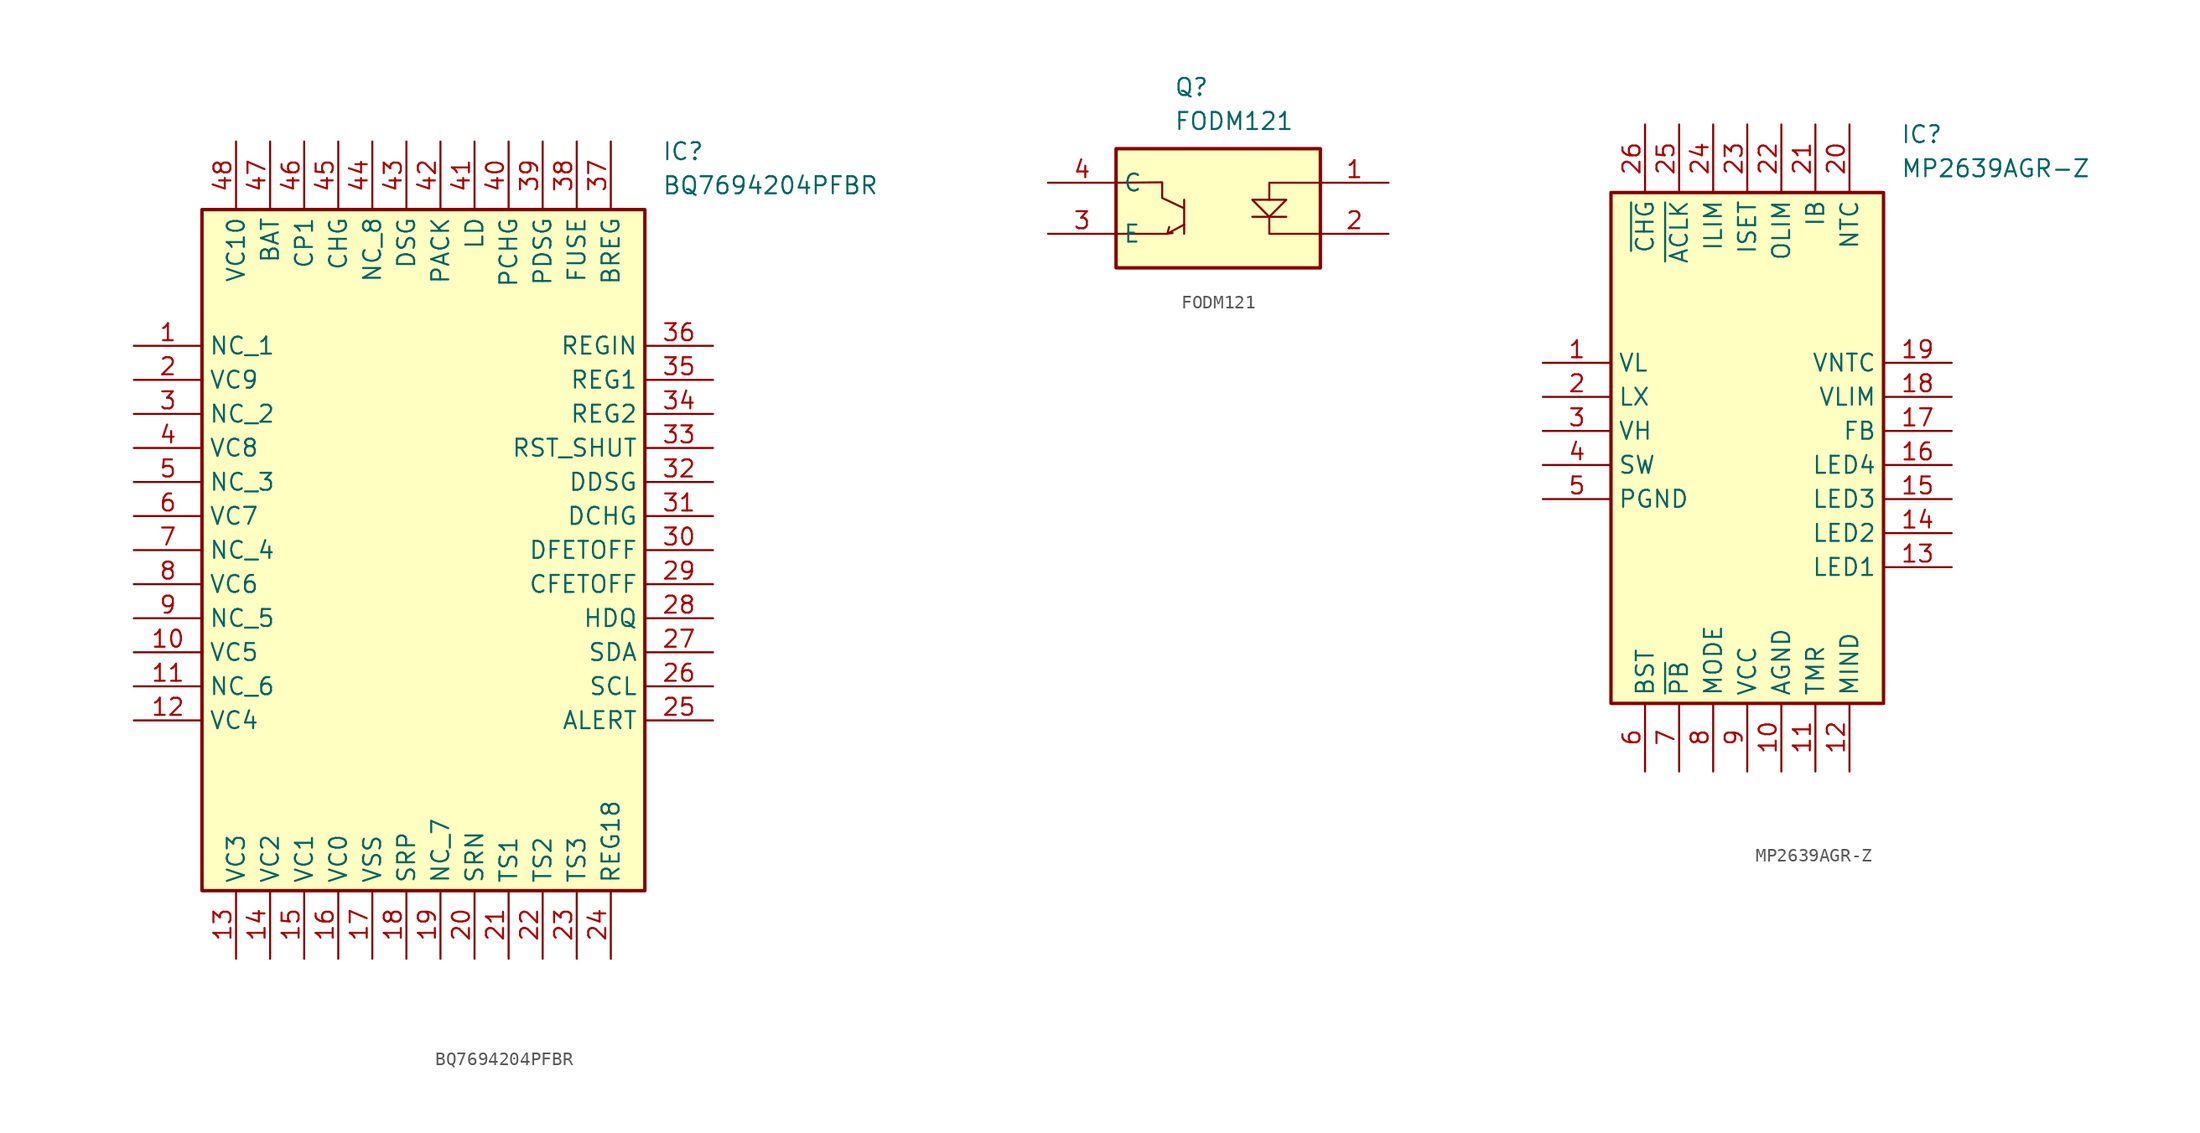
<source format=kicad_sym>
(kicad_symbol_lib
  (version 20241209)
  (generator "kicad_symbol_editor")
  (generator_version "9.0")
  (symbol "BQ7694204PFBR"
    (property "Reference" "IC"
      (at 39.37 15.24 0)
      (effects (font (size 1.27 1.27)) (justify left top)))
    (property "Value" "BQ7694204PFBR"
      (at 39.37 12.7 0)
      (effects (font (size 1.27 1.27)) (justify left top)))
    (symbol "BQ7694204PFBR_1_1"
      (rectangle (start 5.08 10.16) (end 38.1 -40.64) (stroke (width 0.254) (type default)) (fill (type background)))
      (pin passive line (at 0 0 0) (length 5.08) (name "NC_1" (effects (font (size 1.27 1.27)))) (number "1" (effects (font (size 1.27 1.27)))))
      (pin passive line (at 0 -2.54 0) (length 5.08) (name "VC9" (effects (font (size 1.27 1.27)))) (number "2" (effects (font (size 1.27 1.27)))))
      (pin passive line (at 0 -5.08 0) (length 5.08) (name "NC_2" (effects (font (size 1.27 1.27)))) (number "3" (effects (font (size 1.27 1.27)))))
      (pin passive line (at 0 -7.62 0) (length 5.08) (name "VC8" (effects (font (size 1.27 1.27)))) (number "4" (effects (font (size 1.27 1.27)))))
      (pin passive line (at 0 -10.16 0) (length 5.08) (name "NC_3" (effects (font (size 1.27 1.27)))) (number "5" (effects (font (size 1.27 1.27)))))
      (pin passive line (at 0 -12.7 0) (length 5.08) (name "VC7" (effects (font (size 1.27 1.27)))) (number "6" (effects (font (size 1.27 1.27)))))
      (pin passive line (at 0 -15.24 0) (length 5.08) (name "NC_4" (effects (font (size 1.27 1.27)))) (number "7" (effects (font (size 1.27 1.27)))))
      (pin passive line (at 0 -17.78 0) (length 5.08) (name "VC6" (effects (font (size 1.27 1.27)))) (number "8" (effects (font (size 1.27 1.27)))))
      (pin passive line (at 0 -20.32 0) (length 5.08) (name "NC_5" (effects (font (size 1.27 1.27)))) (number "9" (effects (font (size 1.27 1.27)))))
      (pin passive line (at 0 -22.86 0) (length 5.08) (name "VC5" (effects (font (size 1.27 1.27)))) (number "10" (effects (font (size 1.27 1.27)))))
      (pin passive line (at 0 -25.4 0) (length 5.08) (name "NC_6" (effects (font (size 1.27 1.27)))) (number "11" (effects (font (size 1.27 1.27)))))
      (pin passive line (at 0 -27.94 0) (length 5.08) (name "VC4" (effects (font (size 1.27 1.27)))) (number "12" (effects (font (size 1.27 1.27)))))
      (pin passive line (at 7.62 15.24 270) (length 5.08) (name "VC10" (effects (font (size 1.27 1.27)))) (number "48" (effects (font (size 1.27 1.27)))))
      (pin passive line (at 7.62 -45.72 90) (length 5.08) (name "VC3" (effects (font (size 1.27 1.27)))) (number "13" (effects (font (size 1.27 1.27)))))
      (pin passive line (at 10.16 15.24 270) (length 5.08) (name "BAT" (effects (font (size 1.27 1.27)))) (number "47" (effects (font (size 1.27 1.27)))))
      (pin passive line (at 10.16 -45.72 90) (length 5.08) (name "VC2" (effects (font (size 1.27 1.27)))) (number "14" (effects (font (size 1.27 1.27)))))
      (pin passive line (at 12.7 15.24 270) (length 5.08) (name "CP1" (effects (font (size 1.27 1.27)))) (number "46" (effects (font (size 1.27 1.27)))))
      (pin passive line (at 12.7 -45.72 90) (length 5.08) (name "VC1" (effects (font (size 1.27 1.27)))) (number "15" (effects (font (size 1.27 1.27)))))
      (pin passive line (at 15.24 15.24 270) (length 5.08) (name "CHG" (effects (font (size 1.27 1.27)))) (number "45" (effects (font (size 1.27 1.27)))))
      (pin passive line (at 15.24 -45.72 90) (length 5.08) (name "VC0" (effects (font (size 1.27 1.27)))) (number "16" (effects (font (size 1.27 1.27)))))
      (pin passive line (at 17.78 15.24 270) (length 5.08) (name "NC_8" (effects (font (size 1.27 1.27)))) (number "44" (effects (font (size 1.27 1.27)))))
      (pin passive line (at 17.78 -45.72 90) (length 5.08) (name "VSS" (effects (font (size 1.27 1.27)))) (number "17" (effects (font (size 1.27 1.27)))))
      (pin passive line (at 20.32 15.24 270) (length 5.08) (name "DSG" (effects (font (size 1.27 1.27)))) (number "43" (effects (font (size 1.27 1.27)))))
      (pin passive line (at 20.32 -45.72 90) (length 5.08) (name "SRP" (effects (font (size 1.27 1.27)))) (number "18" (effects (font (size 1.27 1.27)))))
      (pin passive line (at 22.86 15.24 270) (length 5.08) (name "PACK" (effects (font (size 1.27 1.27)))) (number "42" (effects (font (size 1.27 1.27)))))
      (pin passive line (at 22.86 -45.72 90) (length 5.08) (name "NC_7" (effects (font (size 1.27 1.27)))) (number "19" (effects (font (size 1.27 1.27)))))
      (pin passive line (at 25.4 15.24 270) (length 5.08) (name "LD" (effects (font (size 1.27 1.27)))) (number "41" (effects (font (size 1.27 1.27)))))
      (pin passive line (at 25.4 -45.72 90) (length 5.08) (name "SRN" (effects (font (size 1.27 1.27)))) (number "20" (effects (font (size 1.27 1.27)))))
      (pin passive line (at 27.94 15.24 270) (length 5.08) (name "PCHG" (effects (font (size 1.27 1.27)))) (number "40" (effects (font (size 1.27 1.27)))))
      (pin passive line (at 27.94 -45.72 90) (length 5.08) (name "TS1" (effects (font (size 1.27 1.27)))) (number "21" (effects (font (size 1.27 1.27)))))
      (pin passive line (at 30.48 15.24 270) (length 5.08) (name "PDSG" (effects (font (size 1.27 1.27)))) (number "39" (effects (font (size 1.27 1.27)))))
      (pin passive line (at 30.48 -45.72 90) (length 5.08) (name "TS2" (effects (font (size 1.27 1.27)))) (number "22" (effects (font (size 1.27 1.27)))))
      (pin passive line (at 33.02 15.24 270) (length 5.08) (name "FUSE" (effects (font (size 1.27 1.27)))) (number "38" (effects (font (size 1.27 1.27)))))
      (pin passive line (at 33.02 -45.72 90) (length 5.08) (name "TS3" (effects (font (size 1.27 1.27)))) (number "23" (effects (font (size 1.27 1.27)))))
      (pin passive line (at 35.56 15.24 270) (length 5.08) (name "BREG" (effects (font (size 1.27 1.27)))) (number "37" (effects (font (size 1.27 1.27)))))
      (pin passive line (at 35.56 -45.72 90) (length 5.08) (name "REG18" (effects (font (size 1.27 1.27)))) (number "24" (effects (font (size 1.27 1.27)))))
      (pin passive line (at 43.18 0 180) (length 5.08) (name "REGIN" (effects (font (size 1.27 1.27)))) (number "36" (effects (font (size 1.27 1.27)))))
      (pin passive line (at 43.18 -2.54 180) (length 5.08) (name "REG1" (effects (font (size 1.27 1.27)))) (number "35" (effects (font (size 1.27 1.27)))))
      (pin passive line (at 43.18 -5.08 180) (length 5.08) (name "REG2" (effects (font (size 1.27 1.27)))) (number "34" (effects (font (size 1.27 1.27)))))
      (pin passive line (at 43.18 -7.62 180) (length 5.08) (name "RST_SHUT" (effects (font (size 1.27 1.27)))) (number "33" (effects (font (size 1.27 1.27)))))
      (pin passive line (at 43.18 -10.16 180) (length 5.08) (name "DDSG" (effects (font (size 1.27 1.27)))) (number "32" (effects (font (size 1.27 1.27)))))
      (pin passive line (at 43.18 -12.7 180) (length 5.08) (name "DCHG" (effects (font (size 1.27 1.27)))) (number "31" (effects (font (size 1.27 1.27)))))
      (pin passive line (at 43.18 -15.24 180) (length 5.08) (name "DFETOFF" (effects (font (size 1.27 1.27)))) (number "30" (effects (font (size 1.27 1.27)))))
      (pin passive line (at 43.18 -17.78 180) (length 5.08) (name "CFETOFF" (effects (font (size 1.27 1.27)))) (number "29" (effects (font (size 1.27 1.27)))))
      (pin passive line (at 43.18 -20.32 180) (length 5.08) (name "HDQ" (effects (font (size 1.27 1.27)))) (number "28" (effects (font (size 1.27 1.27)))))
      (pin passive line (at 43.18 -22.86 180) (length 5.08) (name "SDA" (effects (font (size 1.27 1.27)))) (number "27" (effects (font (size 1.27 1.27)))))
      (pin passive line (at 43.18 -25.4 180) (length 5.08) (name "SCL" (effects (font (size 1.27 1.27)))) (number "26" (effects (font (size 1.27 1.27)))))
      (pin passive line (at 43.18 -27.94 180) (length 5.08) (name "ALERT" (effects (font (size 1.27 1.27)))) (number "25" (effects (font (size 1.27 1.27)))))))
  (symbol "FODM121"
    (property "Reference" "Q"
      (at 9.398 7.874 0)
      (effects (font (size 1.27 1.27)) (justify left top)))
    (property "Value" "FODM121"
      (at 9.398 5.334 0)
      (effects (font (size 1.27 1.27)) (justify left top)))
    (symbol "FODM121_0_1"
      (polyline (pts (xy 8.89 -3.81) (xy 5.08 -3.81)) (stroke (width 0) (type default)) (fill (type none)))
      (polyline (pts (xy 9.3 -3.76) (xy 8.912 -3.781) (xy 9.041 -3.307)) (stroke (width 0) (type default)) (fill (type none)))
      (polyline (pts (xy 10.074 -1.867) (xy 8.52 -1.134) (xy 8.52 0.032) (xy 5.08 0)) (stroke (width 0) (type default)) (fill (type none)))
      (polyline (pts (xy 10.16 -1.27) (xy 10.16 -3.81)) (stroke (width 0) (type default)) (fill (type none)))
      (polyline (pts (xy 10.16 -3.119) (xy 8.89 -3.81)) (stroke (width 0) (type default)) (fill (type none)))
      (polyline (pts (xy 16.51 -2.54) (xy 16.51 -3.81) (xy 20.32 -3.81)) (stroke (width 0) (type default)) (fill (type none)))
      (polyline (pts (xy 16.51 -2.54) (xy 17.78 -1.27) (xy 15.24 -1.27) (xy 16.51 -2.54)) (stroke (width 0) (type default)) (fill (type none)))
      (polyline (pts (xy 17.78 -2.54) (xy 15.24 -2.54)) (stroke (width 0) (type default)) (fill (type none)))
      (polyline (pts (xy 20.32 0) (xy 16.51 0) (xy 16.51 -1.27)) (stroke (width 0) (type default)) (fill (type none))))
    (symbol "FODM121_1_1"
      (rectangle (start 20.32 2.54) (end 5.08 -6.35) (stroke (width 0.254) (type default)) (fill (type background)))
      (pin passive line (at 0 0 0) (length 5.08) (name "C" (effects (font (size 1.27 1.27)))) (number "4" (effects (font (size 1.27 1.27)))))
      (pin passive line (at 0 -3.81 0) (length 5.08) (name "E" (effects (font (size 1.27 1.27)))) (number "3" (effects (font (size 1.27 1.27)))))
      (pin passive line (at 25.4 0 180) (length 5.08) (name "" (effects (font (size 1.27 1.27)))) (number "1" (effects (font (size 1.27 1.27)))))
      (pin passive line (at 25.4 -3.81 180) (length 5.08) (name "" (effects (font (size 1.27 1.27)))) (number "2" (effects (font (size 1.27 1.27)))))))
  (symbol "MP2639AGR-Z"
    (property "Reference" "IC"
      (at 26.67 17.78 0)
      (effects (font (size 1.27 1.27)) (justify left top)))
    (property "Value" "MP2639AGR-Z"
      (at 26.67 15.24 0)
      (effects (font (size 1.27 1.27)) (justify left top)))
    (symbol "MP2639AGR-Z_1_1"
      (rectangle (start 5.08 12.7) (end 25.4 -25.4) (stroke (width 0.254) (type default)) (fill (type background)))
      (pin passive line (at 0 0 0) (length 5.08) (name "VL" (effects (font (size 1.27 1.27)))) (number "1" (effects (font (size 1.27 1.27)))))
      (pin passive line (at 0 -2.54 0) (length 5.08) (name "LX" (effects (font (size 1.27 1.27)))) (number "2" (effects (font (size 1.27 1.27)))))
      (pin passive line (at 0 -5.08 0) (length 5.08) (name "VH" (effects (font (size 1.27 1.27)))) (number "3" (effects (font (size 1.27 1.27)))))
      (pin passive line (at 0 -7.62 0) (length 5.08) (name "SW" (effects (font (size 1.27 1.27)))) (number "4" (effects (font (size 1.27 1.27)))))
      (pin passive line (at 0 -10.16 0) (length 5.08) (name "PGND" (effects (font (size 1.27 1.27)))) (number "5" (effects (font (size 1.27 1.27)))))
      (pin passive line (at 7.62 17.78 270) (length 5.08) (name "~{CHG}" (effects (font (size 1.27 1.27)))) (number "26" (effects (font (size 1.27 1.27)))))
      (pin passive line (at 7.62 -30.48 90) (length 5.08) (name "BST" (effects (font (size 1.27 1.27)))) (number "6" (effects (font (size 1.27 1.27)))))
      (pin passive line (at 10.16 17.78 270) (length 5.08) (name "~{ACLK}" (effects (font (size 1.27 1.27)))) (number "25" (effects (font (size 1.27 1.27)))))
      (pin passive line (at 10.16 -30.48 90) (length 5.08) (name "~{PB}" (effects (font (size 1.27 1.27)))) (number "7" (effects (font (size 1.27 1.27)))))
      (pin passive line (at 12.7 17.78 270) (length 5.08) (name "ILIM" (effects (font (size 1.27 1.27)))) (number "24" (effects (font (size 1.27 1.27)))))
      (pin passive line (at 12.7 -30.48 90) (length 5.08) (name "MODE" (effects (font (size 1.27 1.27)))) (number "8" (effects (font (size 1.27 1.27)))))
      (pin passive line (at 15.24 17.78 270) (length 5.08) (name "ISET" (effects (font (size 1.27 1.27)))) (number "23" (effects (font (size 1.27 1.27)))))
      (pin passive line (at 15.24 -30.48 90) (length 5.08) (name "VCC" (effects (font (size 1.27 1.27)))) (number "9" (effects (font (size 1.27 1.27)))))
      (pin passive line (at 17.78 17.78 270) (length 5.08) (name "OLIM" (effects (font (size 1.27 1.27)))) (number "22" (effects (font (size 1.27 1.27)))))
      (pin passive line (at 17.78 -30.48 90) (length 5.08) (name "AGND" (effects (font (size 1.27 1.27)))) (number "10" (effects (font (size 1.27 1.27)))))
      (pin passive line (at 20.32 17.78 270) (length 5.08) (name "IB" (effects (font (size 1.27 1.27)))) (number "21" (effects (font (size 1.27 1.27)))))
      (pin passive line (at 20.32 -30.48 90) (length 5.08) (name "TMR" (effects (font (size 1.27 1.27)))) (number "11" (effects (font (size 1.27 1.27)))))
      (pin passive line (at 22.86 17.78 270) (length 5.08) (name "NTC" (effects (font (size 1.27 1.27)))) (number "20" (effects (font (size 1.27 1.27)))))
      (pin passive line (at 22.86 -30.48 90) (length 5.08) (name "MIND" (effects (font (size 1.27 1.27)))) (number "12" (effects (font (size 1.27 1.27)))))
      (pin passive line (at 30.48 0 180) (length 5.08) (name "VNTC" (effects (font (size 1.27 1.27)))) (number "19" (effects (font (size 1.27 1.27)))))
      (pin passive line (at 30.48 -2.54 180) (length 5.08) (name "VLIM" (effects (font (size 1.27 1.27)))) (number "18" (effects (font (size 1.27 1.27)))))
      (pin passive line (at 30.48 -5.08 180) (length 5.08) (name "FB" (effects (font (size 1.27 1.27)))) (number "17" (effects (font (size 1.27 1.27)))))
      (pin passive line (at 30.48 -7.62 180) (length 5.08) (name "LED4" (effects (font (size 1.27 1.27)))) (number "16" (effects (font (size 1.27 1.27)))))
      (pin passive line (at 30.48 -10.16 180) (length 5.08) (name "LED3" (effects (font (size 1.27 1.27)))) (number "15" (effects (font (size 1.27 1.27)))))
      (pin passive line (at 30.48 -12.7 180) (length 5.08) (name "LED2" (effects (font (size 1.27 1.27)))) (number "14" (effects (font (size 1.27 1.27)))))
      (pin passive line (at 30.48 -15.24 180) (length 5.08) (name "LED1" (effects (font (size 1.27 1.27)))) (number "13" (effects (font (size 1.27 1.27))))))))
</source>
